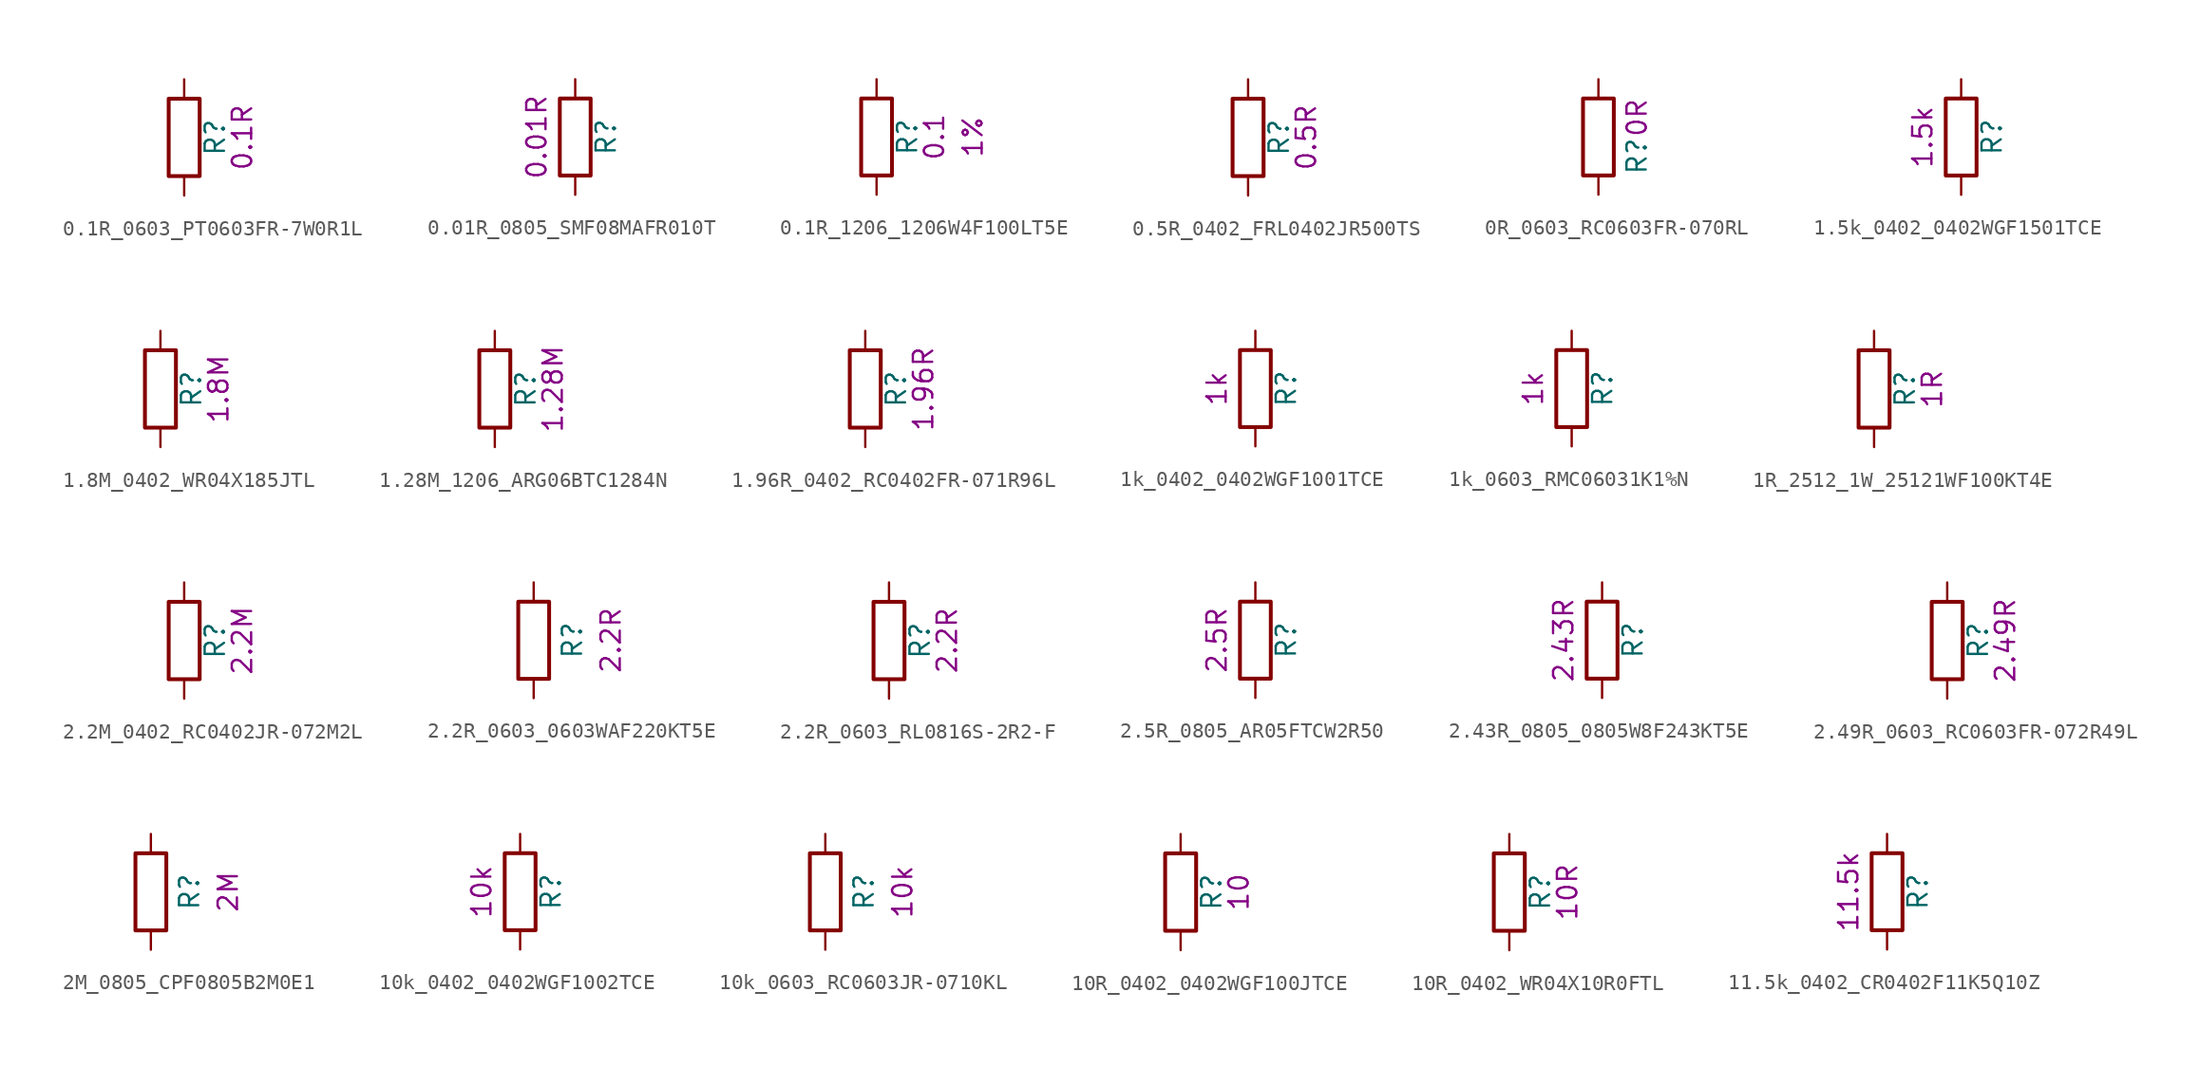
<source format=kicad_sym>
(kicad_symbol_lib
  (version 20231120)
  (generator "kicad_symbol_editor")
  (generator_version "8.0")
  (symbol "0.1R_0603_PT0603FR-7W0R1L"
    (pin_numbers hide)
    (pin_names
      (offset 0))
    (property "Reference" "R"
      (at 2.032 0 90)
      (effects (font (size 1.27 1.27))))
    (property "UserValue" "0.1R"
      (at 3.81 0 90)
      (effects (font (size 1.27 1.27))))
    (symbol "0.1R_0603_PT0603FR-7W0R1L_0_1"
      (rectangle (start -1.016 -2.54) (end 1.016 2.54) (stroke (width 0.254) (type default)) (fill (type none))))
    (symbol "0.1R_0603_PT0603FR-7W0R1L_1_1"
      (pin passive line (at 0 3.81 270) (length 1.27) (name "~" (effects (font (size 1.27 1.27)))) (number "1" (effects (font (size 1.27 1.27)))))
      (pin passive line (at 0 -3.81 90) (length 1.27) (name "~" (effects (font (size 1.27 1.27)))) (number "2" (effects (font (size 1.27 1.27)))))))
  (symbol "0.01R_0805_SMF08MAFR010T"
    (pin_numbers hide)
    (pin_names
      (offset 0))
    (property "Reference" "R"
      (at 2.032 0 90)
      (effects (font (size 1.27 1.27))))
    (property "UserValue" "0.01R"
      (at -2.54 0 90)
      (effects (font (size 1.27 1.27))))
    (symbol "0.01R_0805_SMF08MAFR010T_0_1"
      (rectangle (start -1.016 -2.54) (end 1.016 2.54) (stroke (width 0.254) (type default)) (fill (type none))))
    (symbol "0.01R_0805_SMF08MAFR010T_1_1"
      (pin passive line (at 0 3.81 270) (length 1.27) (name "~" (effects (font (size 1.27 1.27)))) (number "1" (effects (font (size 1.27 1.27)))))
      (pin passive line (at 0 -3.81 90) (length 1.27) (name "~" (effects (font (size 1.27 1.27)))) (number "2" (effects (font (size 1.27 1.27)))))))
  (symbol "0.1R_1206_1206W4F100LT5E"
    (pin_numbers hide)
    (pin_names
      (offset 0))
    (property "Reference" "R"
      (at 2.032 0 90)
      (effects (font (size 1.27 1.27))))
    (property "UserValue" "0.1"
      (at 3.81 0 90)
      (effects (font (size 1.27 1.27))))
    (property "Tolerance" "1%"
      (at 6.35 0 90)
      (effects (font (size 1.27 1.27))))
    (symbol "0.1R_1206_1206W4F100LT5E_0_1"
      (rectangle (start -1.016 -2.54) (end 1.016 2.54) (stroke (width 0.254) (type default)) (fill (type none))))
    (symbol "0.1R_1206_1206W4F100LT5E_1_1"
      (pin passive line (at 0 3.81 270) (length 1.27) (name "~" (effects (font (size 1.27 1.27)))) (number "1" (effects (font (size 1.27 1.27)))))
      (pin passive line (at 0 -3.81 90) (length 1.27) (name "~" (effects (font (size 1.27 1.27)))) (number "2" (effects (font (size 1.27 1.27)))))))
  (symbol "0.5R_0402_FRL0402JR500TS"
    (pin_numbers hide)
    (pin_names
      (offset 0))
    (property "Reference" "R"
      (at 2.032 0 90)
      (effects (font (size 1.27 1.27))))
    (property "UserValue" "0.5R"
      (at 3.81 0 90)
      (effects (font (size 1.27 1.27))))
    (symbol "0.5R_0402_FRL0402JR500TS_0_1"
      (rectangle (start -1.016 -2.54) (end 1.016 2.54) (stroke (width 0.254) (type default)) (fill (type none))))
    (symbol "0.5R_0402_FRL0402JR500TS_1_1"
      (pin passive line (at 0 3.81 270) (length 1.27) (name "~" (effects (font (size 1.27 1.27)))) (number "1" (effects (font (size 1.27 1.27)))))
      (pin passive line (at 0 -3.81 90) (length 1.27) (name "~" (effects (font (size 1.27 1.27)))) (number "2" (effects (font (size 1.27 1.27)))))))
  (symbol "0R_0603_RC0603FR-070RL"
    (pin_numbers hide)
    (pin_names
      (offset 0))
    (property "Reference" "R"
      (at 2.54 -1.27 90)
      (effects (font (size 1.27 1.27))))
    (property "UserValue" "0R"
      (at 2.54 1.27 90)
      (effects (font (size 1.27 1.27))))
    (symbol "0R_0603_RC0603FR-070RL_0_1"
      (rectangle (start -1.016 -2.54) (end 1.016 2.54) (stroke (width 0.254) (type default)) (fill (type none))))
    (symbol "0R_0603_RC0603FR-070RL_1_1"
      (pin passive line (at 0 3.81 270) (length 1.27) (name "~" (effects (font (size 1.27 1.27)))) (number "1" (effects (font (size 1.27 1.27)))))
      (pin passive line (at 0 -3.81 90) (length 1.27) (name "~" (effects (font (size 1.27 1.27)))) (number "2" (effects (font (size 1.27 1.27)))))))
  (symbol "1.5k_0402_0402WGF1501TCE"
    (pin_numbers hide)
    (pin_names
      (offset 0))
    (property "Reference" "R"
      (at 2.032 0 90)
      (effects (font (size 1.27 1.27))))
    (property "UserValue" "1.5k"
      (at -2.54 0 90)
      (effects (font (size 1.27 1.27))))
    (symbol "1.5k_0402_0402WGF1501TCE_0_1"
      (rectangle (start -1.016 -2.54) (end 1.016 2.54) (stroke (width 0.254) (type default)) (fill (type none))))
    (symbol "1.5k_0402_0402WGF1501TCE_1_1"
      (pin passive line (at 0 3.81 270) (length 1.27) (name "~" (effects (font (size 1.27 1.27)))) (number "1" (effects (font (size 1.27 1.27)))))
      (pin passive line (at 0 -3.81 90) (length 1.27) (name "~" (effects (font (size 1.27 1.27)))) (number "2" (effects (font (size 1.27 1.27)))))))
  (symbol "1.8M_0402_WR04X185JTL"
    (pin_numbers hide)
    (pin_names
      (offset 0))
    (property "Reference" "R"
      (at 2.032 0 90)
      (effects (font (size 1.27 1.27))))
    (property "UserValue" "1.8M"
      (at 3.81 0 90)
      (effects (font (size 1.27 1.27))))
    (symbol "1.8M_0402_WR04X185JTL_0_1"
      (rectangle (start -1.016 -2.54) (end 1.016 2.54) (stroke (width 0.254) (type default)) (fill (type none))))
    (symbol "1.8M_0402_WR04X185JTL_1_1"
      (pin passive line (at 0 3.81 270) (length 1.27) (name "~" (effects (font (size 1.27 1.27)))) (number "1" (effects (font (size 1.27 1.27)))))
      (pin passive line (at 0 -3.81 90) (length 1.27) (name "~" (effects (font (size 1.27 1.27)))) (number "2" (effects (font (size 1.27 1.27)))))))
  (symbol "1.28M_1206_ARG06BTC1284N"
    (pin_numbers hide)
    (pin_names
      (offset 0))
    (property "Reference" "R"
      (at 2.032 0 90)
      (effects (font (size 1.27 1.27))))
    (property "UserValue" "1.28M"
      (at 3.81 0 90)
      (effects (font (size 1.27 1.27))))
    (symbol "1.28M_1206_ARG06BTC1284N_0_1"
      (rectangle (start -1.016 -2.54) (end 1.016 2.54) (stroke (width 0.254) (type default)) (fill (type none))))
    (symbol "1.28M_1206_ARG06BTC1284N_1_1"
      (pin passive line (at 0 3.81 270) (length 1.27) (name "~" (effects (font (size 1.27 1.27)))) (number "1" (effects (font (size 1.27 1.27)))))
      (pin passive line (at 0 -3.81 90) (length 1.27) (name "~" (effects (font (size 1.27 1.27)))) (number "2" (effects (font (size 1.27 1.27)))))))
  (symbol "1.96R_0402_RC0402FR-071R96L"
    (pin_numbers hide)
    (pin_names
      (offset 0))
    (property "Reference" "R"
      (at 2.032 0 90)
      (effects (font (size 1.27 1.27))))
    (property "UserValue" "1.96R"
      (at 3.81 0 90)
      (effects (font (size 1.27 1.27))))
    (symbol "1.96R_0402_RC0402FR-071R96L_0_1"
      (rectangle (start -1.016 -2.54) (end 1.016 2.54) (stroke (width 0.254) (type default)) (fill (type none))))
    (symbol "1.96R_0402_RC0402FR-071R96L_1_1"
      (pin passive line (at 0 3.81 270) (length 1.27) (name "~" (effects (font (size 1.27 1.27)))) (number "1" (effects (font (size 1.27 1.27)))))
      (pin passive line (at 0 -3.81 90) (length 1.27) (name "~" (effects (font (size 1.27 1.27)))) (number "2" (effects (font (size 1.27 1.27)))))))
  (symbol "1k_0402_0402WGF1001TCE"
    (pin_numbers hide)
    (pin_names
      (offset 0))
    (property "Reference" "R"
      (at 2.032 0 90)
      (effects (font (size 1.27 1.27))))
    (property "UserValue" "1k"
      (at -2.54 0 90)
      (effects (font (size 1.27 1.27))))
    (symbol "1k_0402_0402WGF1001TCE_0_1"
      (rectangle (start -1.016 -2.54) (end 1.016 2.54) (stroke (width 0.254) (type default)) (fill (type none))))
    (symbol "1k_0402_0402WGF1001TCE_1_1"
      (pin passive line (at 0 3.81 270) (length 1.27) (name "~" (effects (font (size 1.27 1.27)))) (number "1" (effects (font (size 1.27 1.27)))))
      (pin passive line (at 0 -3.81 90) (length 1.27) (name "~" (effects (font (size 1.27 1.27)))) (number "2" (effects (font (size 1.27 1.27)))))))
  (symbol "1k_0603_RMC06031K1%N"
    (pin_numbers hide)
    (pin_names
      (offset 0))
    (property "Reference" "R"
      (at 2.032 0 90)
      (effects (font (size 1.27 1.27))))
    (property "UserValue" "1k"
      (at -2.54 0 90)
      (effects (font (size 1.27 1.27))))
    (symbol "1k_0603_RMC06031K1%N_0_1"
      (rectangle (start -1.016 -2.54) (end 1.016 2.54) (stroke (width 0.254) (type default)) (fill (type none))))
    (symbol "1k_0603_RMC06031K1%N_1_1"
      (pin passive line (at 0 3.81 270) (length 1.27) (name "~" (effects (font (size 1.27 1.27)))) (number "1" (effects (font (size 1.27 1.27)))))
      (pin passive line (at 0 -3.81 90) (length 1.27) (name "~" (effects (font (size 1.27 1.27)))) (number "2" (effects (font (size 1.27 1.27)))))))
  (symbol "1R_2512_1W_25121WF100KT4E"
    (pin_numbers hide)
    (pin_names
      (offset 0))
    (property "Reference" "R"
      (at 2.032 0 90)
      (effects (font (size 1.27 1.27))))
    (property "UserValue" "1R"
      (at 3.81 0 90)
      (effects (font (size 1.27 1.27))))
    (symbol "1R_2512_1W_25121WF100KT4E_0_1"
      (rectangle (start -1.016 2.54) (end 1.016 -2.54) (stroke (width 0.254) (type default)) (fill (type none))))
    (symbol "1R_2512_1W_25121WF100KT4E_1_1"
      (pin passive line (at 0 3.81 270) (length 1.27) (name "~" (effects (font (size 1.27 1.27)))) (number "1" (effects (font (size 1.27 1.27)))))
      (pin passive line (at 0 -3.81 90) (length 1.27) (name "~" (effects (font (size 1.27 1.27)))) (number "2" (effects (font (size 1.27 1.27)))))))
  (symbol "2.2M_0402_RC0402JR-072M2L"
    (pin_numbers hide)
    (pin_names
      (offset 0))
    (property "Reference" "R"
      (at 2.032 0 90)
      (effects (font (size 1.27 1.27))))
    (property "UserValue" "2.2M"
      (at 3.81 0 90)
      (effects (font (size 1.27 1.27))))
    (symbol "2.2M_0402_RC0402JR-072M2L_0_1"
      (rectangle (start -1.016 -2.54) (end 1.016 2.54) (stroke (width 0.254) (type default)) (fill (type none))))
    (symbol "2.2M_0402_RC0402JR-072M2L_1_1"
      (pin passive line (at 0 3.81 270) (length 1.27) (name "~" (effects (font (size 1.27 1.27)))) (number "1" (effects (font (size 1.27 1.27)))))
      (pin passive line (at 0 -3.81 90) (length 1.27) (name "~" (effects (font (size 1.27 1.27)))) (number "2" (effects (font (size 1.27 1.27)))))))
  (symbol "2.2R_0603_0603WAF220KT5E"
    (pin_numbers hide)
    (pin_names
      (offset 0))
    (property "Reference" "R"
      (at 2.54 0 90)
      (effects (font (size 1.27 1.27))))
    (property "UserValue" "2.2R"
      (at 5.08 0 90)
      (effects (font (size 1.27 1.27))))
    (symbol "2.2R_0603_0603WAF220KT5E_0_1"
      (rectangle (start -1.016 -2.54) (end 1.016 2.54) (stroke (width 0.254) (type default)) (fill (type none))))
    (symbol "2.2R_0603_0603WAF220KT5E_1_1"
      (pin passive line (at 0 3.81 270) (length 1.27) (name "~" (effects (font (size 1.27 1.27)))) (number "1" (effects (font (size 1.27 1.27)))))
      (pin passive line (at 0 -3.81 90) (length 1.27) (name "~" (effects (font (size 1.27 1.27)))) (number "2" (effects (font (size 1.27 1.27)))))))
  (symbol "2.2R_0603_RL0816S-2R2-F"
    (pin_numbers hide)
    (pin_names
      (offset 0))
    (property "Reference" "R"
      (at 2.032 0 90)
      (effects (font (size 1.27 1.27))))
    (property "UserValue" "2.2R"
      (at 3.81 0 90)
      (effects (font (size 1.27 1.27))))
    (symbol "2.2R_0603_RL0816S-2R2-F_0_1"
      (rectangle (start -1.016 -2.54) (end 1.016 2.54) (stroke (width 0.254) (type default)) (fill (type none))))
    (symbol "2.2R_0603_RL0816S-2R2-F_1_1"
      (pin passive line (at 0 3.81 270) (length 1.27) (name "~" (effects (font (size 1.27 1.27)))) (number "1" (effects (font (size 1.27 1.27)))))
      (pin passive line (at 0 -3.81 90) (length 1.27) (name "~" (effects (font (size 1.27 1.27)))) (number "2" (effects (font (size 1.27 1.27)))))))
  (symbol "2.5R_0805_AR05FTCW2R50"
    (pin_numbers hide)
    (pin_names
      (offset 0))
    (property "Reference" "R"
      (at 2.032 0 90)
      (effects (font (size 1.27 1.27))))
    (property "UserValue" "2.5R"
      (at -2.54 0 90)
      (effects (font (size 1.27 1.27))))
    (symbol "2.5R_0805_AR05FTCW2R50_0_1"
      (rectangle (start -1.016 -2.54) (end 1.016 2.54) (stroke (width 0.254) (type default)) (fill (type none))))
    (symbol "2.5R_0805_AR05FTCW2R50_1_1"
      (pin passive line (at 0 3.81 270) (length 1.27) (name "~" (effects (font (size 1.27 1.27)))) (number "1" (effects (font (size 1.27 1.27)))))
      (pin passive line (at 0 -3.81 90) (length 1.27) (name "~" (effects (font (size 1.27 1.27)))) (number "2" (effects (font (size 1.27 1.27)))))))
  (symbol "2.43R_0805_0805W8F243KT5E"
    (pin_numbers hide)
    (pin_names
      (offset 0))
    (property "Reference" "R"
      (at 2.032 0 90)
      (effects (font (size 1.27 1.27))))
    (property "UserValue" "2.43R"
      (at -2.54 0 90)
      (effects (font (size 1.27 1.27))))
    (symbol "2.43R_0805_0805W8F243KT5E_0_1"
      (rectangle (start -1.016 -2.54) (end 1.016 2.54) (stroke (width 0.254) (type default)) (fill (type none))))
    (symbol "2.43R_0805_0805W8F243KT5E_1_1"
      (pin passive line (at 0 3.81 270) (length 1.27) (name "~" (effects (font (size 1.27 1.27)))) (number "1" (effects (font (size 1.27 1.27)))))
      (pin passive line (at 0 -3.81 90) (length 1.27) (name "~" (effects (font (size 1.27 1.27)))) (number "2" (effects (font (size 1.27 1.27)))))))
  (symbol "2.49R_0603_RC0603FR-072R49L"
    (pin_numbers hide)
    (pin_names
      (offset 0))
    (property "Reference" "R"
      (at 2.032 0 90)
      (effects (font (size 1.27 1.27))))
    (property "UserValue" "2.49R"
      (at 3.81 0 90)
      (effects (font (size 1.27 1.27))))
    (symbol "2.49R_0603_RC0603FR-072R49L_0_1"
      (rectangle (start -1.016 -2.54) (end 1.016 2.54) (stroke (width 0.254) (type default)) (fill (type none))))
    (symbol "2.49R_0603_RC0603FR-072R49L_1_1"
      (pin passive line (at 0 3.81 270) (length 1.27) (name "~" (effects (font (size 1.27 1.27)))) (number "1" (effects (font (size 1.27 1.27)))))
      (pin passive line (at 0 -3.81 90) (length 1.27) (name "~" (effects (font (size 1.27 1.27)))) (number "2" (effects (font (size 1.27 1.27)))))))
  (symbol "2M_0805_CPF0805B2M0E1"
    (pin_numbers hide)
    (pin_names
      (offset 0))
    (property "Reference" "R"
      (at 2.54 0 90)
      (effects (font (size 1.27 1.27))))
    (property "UserValue" "2M"
      (at 5.08 0 90)
      (effects (font (size 1.27 1.27))))
    (symbol "2M_0805_CPF0805B2M0E1_0_1"
      (rectangle (start -1.016 -2.54) (end 1.016 2.54) (stroke (width 0.254) (type default)) (fill (type none))))
    (symbol "2M_0805_CPF0805B2M0E1_1_1"
      (pin passive line (at 0 3.81 270) (length 1.27) (name "~" (effects (font (size 1.27 1.27)))) (number "1" (effects (font (size 1.27 1.27)))))
      (pin passive line (at 0 -3.81 90) (length 1.27) (name "~" (effects (font (size 1.27 1.27)))) (number "2" (effects (font (size 1.27 1.27)))))))
  (symbol "10k_0402_0402WGF1002TCE"
    (pin_numbers hide)
    (pin_names
      (offset 0))
    (property "Reference" "R"
      (at 2.032 0 90)
      (effects (font (size 1.27 1.27))))
    (property "UserValue" "10k"
      (at -2.54 0 90)
      (effects (font (size 1.27 1.27))))
    (symbol "10k_0402_0402WGF1002TCE_0_1"
      (rectangle (start -1.016 -2.54) (end 1.016 2.54) (stroke (width 0.254) (type default)) (fill (type none))))
    (symbol "10k_0402_0402WGF1002TCE_1_1"
      (pin passive line (at 0 3.81 270) (length 1.27) (name "~" (effects (font (size 1.27 1.27)))) (number "1" (effects (font (size 1.27 1.27)))))
      (pin passive line (at 0 -3.81 90) (length 1.27) (name "~" (effects (font (size 1.27 1.27)))) (number "2" (effects (font (size 1.27 1.27)))))))
  (symbol "10k_0603_RC0603JR-0710KL"
    (pin_numbers hide)
    (pin_names
      (offset 0))
    (property "Reference" "R"
      (at 2.54 0 90)
      (effects (font (size 1.27 1.27))))
    (property "UserValue" "10k"
      (at 5.08 0 90)
      (effects (font (size 1.27 1.27))))
    (symbol "10k_0603_RC0603JR-0710KL_0_1"
      (rectangle (start -1.016 -2.54) (end 1.016 2.54) (stroke (width 0.254) (type default)) (fill (type none))))
    (symbol "10k_0603_RC0603JR-0710KL_1_1"
      (pin passive line (at 0 3.81 270) (length 1.27) (name "~" (effects (font (size 1.27 1.27)))) (number "1" (effects (font (size 1.27 1.27)))))
      (pin passive line (at 0 -3.81 90) (length 1.27) (name "~" (effects (font (size 1.27 1.27)))) (number "2" (effects (font (size 1.27 1.27)))))))
  (symbol "10R_0402_0402WGF100JTCE"
    (pin_numbers hide)
    (pin_names
      (offset 0))
    (property "Reference" "R"
      (at 2.032 0 90)
      (effects (font (size 1.27 1.27))))
    (property "UserValue" "10"
      (at 3.81 0 90)
      (effects (font (size 1.27 1.27))))
    (symbol "10R_0402_0402WGF100JTCE_0_1"
      (rectangle (start -1.016 -2.54) (end 1.016 2.54) (stroke (width 0.254) (type default)) (fill (type none))))
    (symbol "10R_0402_0402WGF100JTCE_1_1"
      (pin passive line (at 0 3.81 270) (length 1.27) (name "~" (effects (font (size 1.27 1.27)))) (number "1" (effects (font (size 1.27 1.27)))))
      (pin passive line (at 0 -3.81 90) (length 1.27) (name "~" (effects (font (size 1.27 1.27)))) (number "2" (effects (font (size 1.27 1.27)))))))
  (symbol "10R_0402_WR04X10R0FTL"
    (pin_numbers hide)
    (pin_names
      (offset 0))
    (property "Reference" "R"
      (at 2.032 0 90)
      (effects (font (size 1.27 1.27))))
    (property "UserValue" "10R"
      (at 3.81 0 90)
      (effects (font (size 1.27 1.27))))
    (symbol "10R_0402_WR04X10R0FTL_0_1"
      (rectangle (start -1.016 -2.54) (end 1.016 2.54) (stroke (width 0.254) (type default)) (fill (type none))))
    (symbol "10R_0402_WR04X10R0FTL_1_1"
      (pin passive line (at 0 3.81 270) (length 1.27) (name "~" (effects (font (size 1.27 1.27)))) (number "1" (effects (font (size 1.27 1.27)))))
      (pin passive line (at 0 -3.81 90) (length 1.27) (name "~" (effects (font (size 1.27 1.27)))) (number "2" (effects (font (size 1.27 1.27)))))))
  (symbol "11.5k_0402_CR0402F11K5Q10Z"
    (pin_numbers hide)
    (pin_names
      (offset 0))
    (property "Reference" "R"
      (at 2.032 0 90)
      (effects (font (size 1.27 1.27))))
    (property "UserValue" "11.5k"
      (at -2.54 0 90)
      (effects (font (size 1.27 1.27))))
    (symbol "11.5k_0402_CR0402F11K5Q10Z_0_1"
      (rectangle (start -1.016 -2.54) (end 1.016 2.54) (stroke (width 0.254) (type default)) (fill (type none))))
    (symbol "11.5k_0402_CR0402F11K5Q10Z_1_1"
      (pin passive line (at 0 3.81 270) (length 1.27) (name "~" (effects (font (size 1.27 1.27)))) (number "1" (effects (font (size 1.27 1.27)))))
      (pin passive line (at 0 -3.81 90) (length 1.27) (name "~" (effects (font (size 1.27 1.27)))) (number "2" (effects (font (size 1.27 1.27))))))))
</source>
